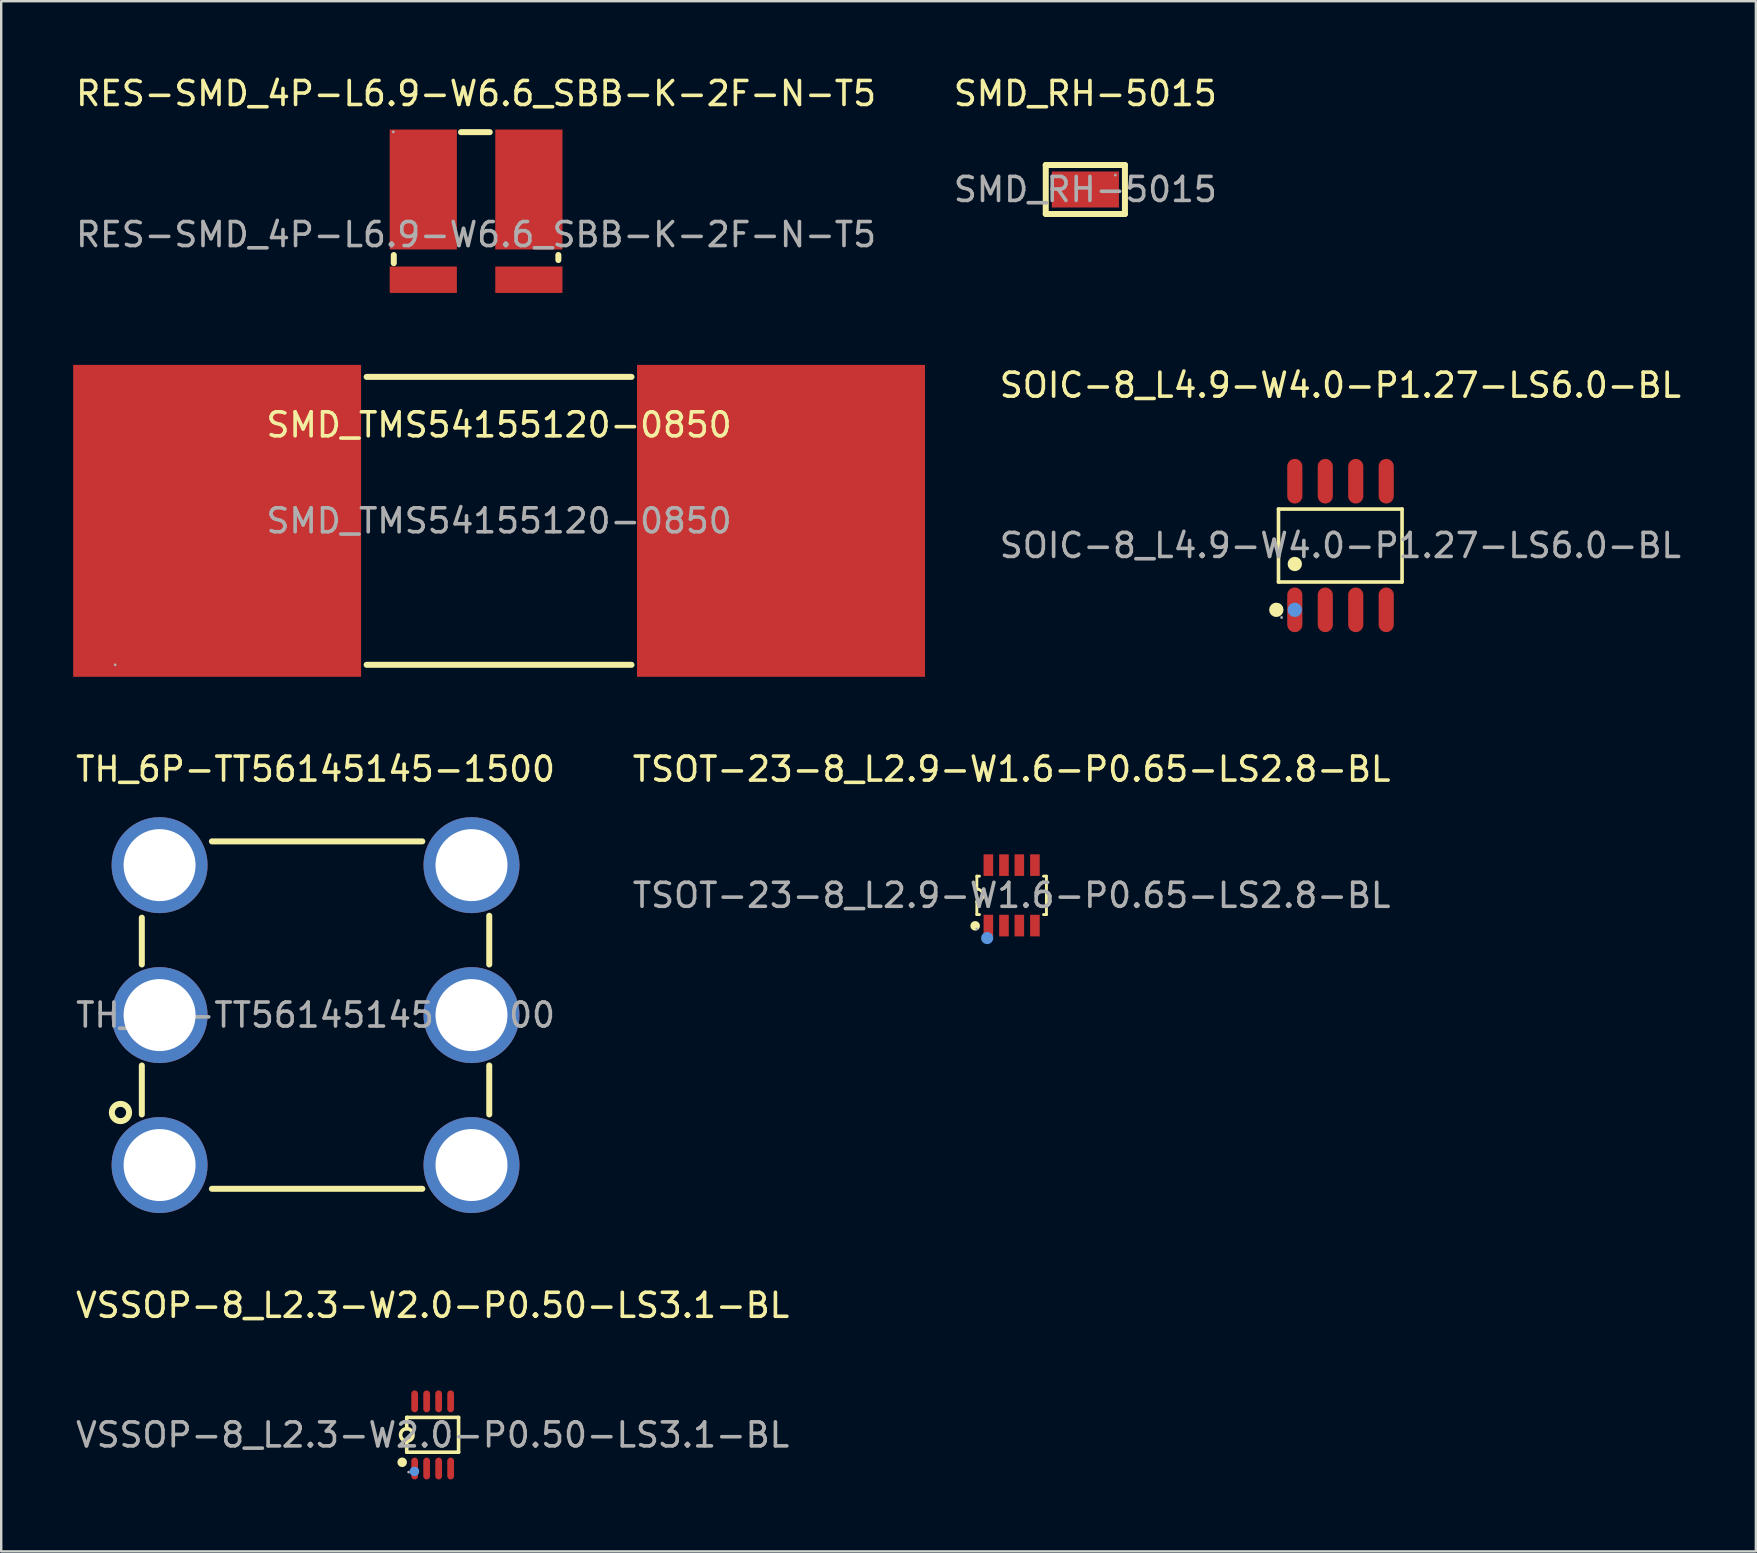
<source format=kicad_pcb>
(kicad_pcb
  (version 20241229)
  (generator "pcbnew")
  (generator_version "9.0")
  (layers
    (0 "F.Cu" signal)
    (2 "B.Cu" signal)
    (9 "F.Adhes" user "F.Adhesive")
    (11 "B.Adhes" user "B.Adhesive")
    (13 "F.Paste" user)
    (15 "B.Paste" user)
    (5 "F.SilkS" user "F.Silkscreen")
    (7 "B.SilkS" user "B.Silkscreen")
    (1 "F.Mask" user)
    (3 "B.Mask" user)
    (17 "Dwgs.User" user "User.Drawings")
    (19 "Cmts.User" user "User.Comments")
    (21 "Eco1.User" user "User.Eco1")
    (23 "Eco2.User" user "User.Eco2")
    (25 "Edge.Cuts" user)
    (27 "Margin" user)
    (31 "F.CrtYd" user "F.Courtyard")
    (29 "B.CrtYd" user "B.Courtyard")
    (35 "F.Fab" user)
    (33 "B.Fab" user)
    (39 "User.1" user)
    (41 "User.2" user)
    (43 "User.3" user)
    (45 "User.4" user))
  (footprint "RES-SMD_4P-L6.9-W6.6_SBB-K-2F-N-T5"
    (layer "F.Cu")
    (at 16.792 6.728)
    (property "Reference" "RES-SMD_4P-L6.9-W6.6_SBB-K-2F-N-T5" (at 0 -5.88 0) (layer "F.SilkS") (effects (font (size 1 1) (thickness 0.15))))
    (attr smd)
    (fp_line (start -3.43 0.85) (end -3.43 1.19) (stroke (width 0.25) (type solid)) (layer "F.SilkS"))
    (fp_line (start -0.63 -4.27) (end 0.57 -4.27) (stroke (width 0.25) (type solid)) (layer "F.SilkS"))
    (fp_line (start 3.43 0.85) (end 3.43 1.06) (stroke (width 0.25) (type solid)) (layer "F.SilkS"))
    (fp_circle (center -3.45 -4.28) (end -3.42 -4.28) (stroke (width 0.06) (type solid)) (fill no) (layer "F.Fab"))
    (fp_text user "${REFERENCE}" (at 0 0 0) (layer "F.Fab") (effects (font (size 1 1) (thickness 0.15))))
    (pad "1" smd rect (at -2.2 -1.88) (size 2.8 5) (layers "F.Cu" "F.Mask" "F.Paste"))
    (pad "2" smd rect (at 2.2 -1.88) (size 2.8 5) (layers "F.Cu" "F.Mask" "F.Paste"))
    (pad "3" smd rect (at 2.2 1.88) (size 2.8 1.1) (layers "F.Cu" "F.Mask" "F.Paste"))
    (pad "4" smd rect (at -2.2 1.88) (size 2.8 1.1) (layers "F.Cu" "F.Mask" "F.Paste")))
  (footprint "TSOT-23-8_L2.9-W1.6-P0.65-LS2.8-BL"
    (layer "F.Cu")
    (at 39.113 34.267)
    (property "Reference" "TSOT-23-8_L2.9-W1.6-P0.65-LS2.8-BL" (at 0 -5.26 0) (layer "F.SilkS") (effects (font (size 1 1) (thickness 0.15))))
    (attr through_hole)
    (fp_line (start -1.45 -0.8) (end -1.45 -0.25) (stroke (width 0.12) (type solid)) (layer "F.SilkS"))
    (fp_line (start -1.45 -0.8) (end -1.34 -0.8) (stroke (width 0.12) (type solid)) (layer "F.SilkS"))
    (fp_line (start -1.45 0.8) (end -1.45 0.26) (stroke (width 0.12) (type solid)) (layer "F.SilkS"))
    (fp_line (start -1.45 0.8) (end -1.34 0.8) (stroke (width 0.12) (type solid)) (layer "F.SilkS"))
    (fp_line (start 1.33 -0.8) (end 1.45 -0.8) (stroke (width 0.12) (type solid)) (layer "F.SilkS"))
    (fp_line (start 1.33 0.8) (end 1.45 0.8) (stroke (width 0.12) (type solid)) (layer "F.SilkS"))
    (fp_line (start 1.45 0.8) (end 1.45 -0.8) (stroke (width 0.12) (type solid)) (layer "F.SilkS"))
    (fp_arc (start -1.44 -0.26) (mid -1.19 0.01) (end -1.46 0.26) (stroke (width 0.12) (type solid)) (layer "F.SilkS"))
    (fp_circle (center -1.52 1.27) (end -1.42 1.27) (stroke (width 0.2) (type solid)) (fill no) (layer "F.SilkS"))
    (fp_circle (center -1.02 1.78) (end -0.89 1.78) (stroke (width 0.25) (type solid)) (fill no) (layer "Cmts.User"))
    (fp_circle (center -1.45 1.4) (end -1.42 1.4) (stroke (width 0.06) (type solid)) (fill no) (layer "F.Fab"))
    (fp_text user "${REFERENCE}" (at 0 0 0) (layer "F.Fab") (effects (font (size 1 1) (thickness 0.15))))
    (pad "1" smd rect (at -0.97 1.26) (size 0.4 0.9) (layers "F.Cu" "F.Mask" "F.Paste"))
    (pad "2" smd rect (at -0.32 1.26) (size 0.4 0.9) (layers "F.Cu" "F.Mask" "F.Paste"))
    (pad "3" smd rect (at 0.32 1.26) (size 0.4 0.9) (layers "F.Cu" "F.Mask" "F.Paste"))
    (pad "4" smd rect (at 0.97 1.26) (size 0.4 0.9) (layers "F.Cu" "F.Mask" "F.Paste"))
    (pad "5" smd rect (at 0.97 -1.26) (size 0.4 0.9) (layers "F.Cu" "F.Mask" "F.Paste"))
    (pad "6" smd rect (at 0.32 -1.26) (size 0.4 0.9) (layers "F.Cu" "F.Mask" "F.Paste"))
    (pad "7" smd rect (at -0.32 -1.26) (size 0.4 0.9) (layers "F.Cu" "F.Mask" "F.Paste"))
    (pad "8" smd rect (at -0.97 -1.26) (size 0.4 0.9) (layers "F.Cu" "F.Mask" "F.Paste")))
  (footprint "VSSOP-8_L2.3-W2.0-P0.50-LS3.1-BL"
    (layer "F.Cu")
    (at 14.982 56.755)
    (property "Reference" "VSSOP-8_L2.3-W2.0-P0.50-LS3.1-BL" (at 0 -5.4 0) (layer "F.SilkS") (effects (font (size 1 1) (thickness 0.15))))
    (attr smd)
    (fp_line (start -1.08 -0.73) (end 1.08 -0.73) (stroke (width 0.15) (type solid)) (layer "F.SilkS"))
    (fp_line (start -1.08 -0.26) (end -1.08 -0.73) (stroke (width 0.15) (type solid)) (layer "F.SilkS"))
    (fp_line (start -1.08 0.25) (end -1.08 0.72) (stroke (width 0.15) (type solid)) (layer "F.SilkS"))
    (fp_line (start 1.08 -0.73) (end 1.08 0.72) (stroke (width 0.15) (type solid)) (layer "F.SilkS"))
    (fp_line (start 1.08 0.72) (end -1.08 0.72) (stroke (width 0.15) (type solid)) (layer "F.SilkS"))
    (fp_arc (start -1.075462 -0.25996) (mid -1.082269 0.25999) (end -1.08 -0.26) (stroke (width 0.15) (type solid)) (layer "F.SilkS"))
    (fp_circle (center -1.27 1.14) (end -1.17 1.14) (stroke (width 0.2) (type solid)) (fill no) (layer "F.SilkS"))
    (fp_circle (center -0.76 1.52) (end -0.66 1.52) (stroke (width 0.2) (type solid)) (fill no) (layer "Cmts.User"))
    (fp_circle (center -1 1.55) (end -0.97 1.55) (stroke (width 0.06) (type solid)) (fill no) (layer "F.Fab"))
    (fp_text user "${REFERENCE}" (at 0 0 0) (layer "F.Fab") (effects (font (size 1 1) (thickness 0.15))))
    (pad "1" smd oval (at -0.75 1.4) (size 0.28 0.91) (layers "F.Cu" "F.Mask" "F.Paste"))
    (pad "2" smd oval (at -0.25 1.4) (size 0.28 0.91) (layers "F.Cu" "F.Mask" "F.Paste"))
    (pad "3" smd oval (at 0.25 1.4) (size 0.28 0.91) (layers "F.Cu" "F.Mask" "F.Paste"))
    (pad "4" smd oval (at 0.75 1.4) (size 0.28 0.91) (layers "F.Cu" "F.Mask" "F.Paste"))
    (pad "5" smd oval (at 0.75 -1.4) (size 0.28 0.91) (layers "F.Cu" "F.Mask" "F.Paste"))
    (pad "6" smd oval (at 0.25 -1.4) (size 0.28 0.91) (layers "F.Cu" "F.Mask" "F.Paste"))
    (pad "7" smd oval (at -0.25 -1.4) (size 0.28 0.91) (layers "F.Cu" "F.Mask" "F.Paste"))
    (pad "8" smd oval (at -0.75 -1.4) (size 0.28 0.91) (layers "F.Cu" "F.Mask" "F.Paste")))
  (footprint "TH_6P-TT56145145-1500"
    (layer "F.Cu")
    (at 10.101 39.257)
    (property "Reference" "TH_6P-TT56145145-1500" (at 0 -10.25 0) (layer "F.SilkS") (effects (font (size 1 1) (thickness 0.15))))
    (attr smd)
    (fp_line (start -7.24 -2.11) (end -7.24 -4.06) (stroke (width 0.25) (type solid)) (layer "F.SilkS"))
    (fp_line (start -7.24 4.14) (end -7.24 2.1) (stroke (width 0.25) (type solid)) (layer "F.SilkS"))
    (fp_line (start -4.32 -7.24) (end 4.45 -7.24) (stroke (width 0.25) (type solid)) (layer "F.SilkS"))
    (fp_line (start -4.32 7.24) (end 4.45 7.24) (stroke (width 0.25) (type solid)) (layer "F.SilkS"))
    (fp_line (start 7.24 -2.11) (end 7.24 -4.14) (stroke (width 0.25) (type solid)) (layer "F.SilkS"))
    (fp_line (start 7.24 4.14) (end 7.24 2.1) (stroke (width 0.25) (type solid)) (layer "F.SilkS"))
    (fp_circle (center -8.13 4.06) (end -7.77 4.06) (stroke (width 0.25) (type solid)) (fill no) (layer "F.SilkS"))
    (fp_circle (center -7.25 7.25) (end -7.22 7.25) (stroke (width 0.06) (type solid)) (fill no) (layer "F.Fab"))
    (fp_text user "${REFERENCE}" (at 0 0 0) (layer "F.Fab") (effects (font (size 1 1) (thickness 0.15))))
    (pad "1" thru_hole circle (at -6.5 6.25 90) (size 4 4) (drill 3) (layers "*.Cu" "*.Mask"))
    (pad "2" thru_hole circle (at -6.5 0 90) (size 4 4) (drill 3) (layers "*.Cu" "*.Mask"))
    (pad "3" thru_hole circle (at -6.5 -6.25 90) (size 4 4) (drill 3) (layers "*.Cu" "*.Mask"))
    (pad "4" thru_hole circle (at 6.5 -6.25 90) (size 4 4) (drill 3) (layers "*.Cu" "*.Mask"))
    (pad "5" thru_hole circle (at 6.5 0 90) (size 4 4) (drill 3) (layers "*.Cu" "*.Mask"))
    (pad "6" thru_hole circle (at 6.5 6.25 90) (size 4 4) (drill 3) (layers "*.Cu" "*.Mask")))
  (footprint "SMD_TMS54155120-0850"
    (layer "F.Cu")
    (at 17.75 18.658)
    (property "Reference" "SMD_TMS54155120-0850" (at 0 -4 0) (layer "F.SilkS") (effects (font (size 1 1) (thickness 0.15))))
    (attr through_hole)
    (fp_line (start -5.52 -6) (end 5.52 -6) (stroke (width 0.25) (type solid)) (layer "F.SilkS"))
    (fp_line (start 5.52 6) (end -5.52 6) (stroke (width 0.25) (type solid)) (layer "F.SilkS"))
    (fp_circle (center -16 6) (end -15.97 6) (stroke (width 0.06) (type solid)) (fill no) (layer "F.Fab"))
    (fp_text user "${REFERENCE}" (at 0 0 0) (layer "F.Fab") (effects (font (size 1 1) (thickness 0.15))))
    (pad "1" smd rect (at -11.75 0) (size 12 13) (layers "F.Cu" "F.Mask" "F.Paste"))
    (pad "2" smd rect (at 11.75 0 180) (size 12 13) (layers "F.Cu" "F.Mask" "F.Paste")))
  (footprint "SOIC-8_L4.9-W4.0-P1.27-LS6.0-BL"
    (layer "F.Cu")
    (at 52.815 19.686)
    (property "Reference" "SOIC-8_L4.9-W4.0-P1.27-LS6.0-BL" (at 0 -6.68 0) (layer "F.SilkS") (effects (font (size 1 1) (thickness 0.15))))
    (attr smd)
    (fp_line (start -2.58 -1.52) (end 2.57 -1.52) (stroke (width 0.15) (type solid)) (layer "F.SilkS"))
    (fp_line (start -2.58 1.52) (end -2.58 -1.52) (stroke (width 0.15) (type solid)) (layer "F.SilkS"))
    (fp_line (start 2.57 -1.52) (end 2.57 1.52) (stroke (width 0.15) (type solid)) (layer "F.SilkS"))
    (fp_line (start 2.57 1.52) (end -2.58 1.52) (stroke (width 0.15) (type solid)) (layer "F.SilkS"))
    (fp_circle (center -2.67 2.68) (end -2.52 2.68) (stroke (width 0.3) (type solid)) (fill no) (layer "F.SilkS"))
    (fp_circle (center -1.9 0.77) (end -1.75 0.77) (stroke (width 0.3) (type solid)) (fill no) (layer "F.SilkS"))
    (fp_circle (center -1.9 2.68) (end -1.75 2.68) (stroke (width 0.3) (type solid)) (fill no) (layer "Cmts.User"))
    (fp_circle (center -2.45 3) (end -2.42 3) (stroke (width 0.06) (type solid)) (fill no) (layer "F.Fab"))
    (fp_text user "${REFERENCE}" (at 0 0 0) (layer "F.Fab") (effects (font (size 1 1) (thickness 0.15))))
    (pad "1" smd oval (at -1.9 2.68) (size 0.63 1.86) (layers "F.Cu" "F.Mask" "F.Paste"))
    (pad "2" smd oval (at -0.63 2.68) (size 0.63 1.86) (layers "F.Cu" "F.Mask" "F.Paste"))
    (pad "3" smd oval (at 0.64 2.68) (size 0.63 1.86) (layers "F.Cu" "F.Mask" "F.Paste"))
    (pad "4" smd oval (at 1.91 2.68) (size 0.63 1.86) (layers "F.Cu" "F.Mask" "F.Paste"))
    (pad "5" smd oval (at 1.91 -2.68) (size 0.63 1.86) (layers "F.Cu" "F.Mask" "F.Paste"))
    (pad "6" smd oval (at 0.64 -2.68) (size 0.63 1.86) (layers "F.Cu" "F.Mask" "F.Paste"))
    (pad "7" smd oval (at -0.63 -2.68) (size 0.63 1.86) (layers "F.Cu" "F.Mask" "F.Paste"))
    (pad "8" smd oval (at -1.9 -2.68) (size 0.63 1.86) (layers "F.Cu" "F.Mask" "F.Paste")))
  (footprint "SMD_RH-5015"
    (layer "F.Cu")
    (at 42.185 4.848)
    (property "Reference" "SMD_RH-5015" (at 0 -4 0) (layer "F.SilkS") (effects (font (size 1 1) (thickness 0.15))))
    (attr smd)
    (fp_line (start -1.65 -1.02) (end 1.65 -1.02) (stroke (width 0.25) (type solid)) (layer "F.SilkS"))
    (fp_line (start -1.65 1.02) (end -1.65 -1.02) (stroke (width 0.25) (type solid)) (layer "F.SilkS"))
    (fp_line (start 1.65 -1.02) (end 1.65 1.02) (stroke (width 0.25) (type solid)) (layer "F.SilkS"))
    (fp_line (start 1.65 1.02) (end -1.65 1.02) (stroke (width 0.25) (type solid)) (layer "F.SilkS"))
    (fp_circle (center 1.25 -0.6) (end 1.28 -0.6) (stroke (width 0.06) (type solid)) (fill no) (layer "F.Fab"))
    (fp_text user "${REFERENCE}" (at 0 0 0) (layer "F.Fab") (effects (font (size 1 1) (thickness 0.15))))
    (pad "1" smd rect (at 0 0) (size 2.8 1.5) (layers "F.Cu" "F.Mask" "F.Paste")))
  (gr_rect
    (start -3 -3)
    (end 70.131 61.61)
    (stroke (width 0.1) (type default))
    (fill no)
    (layer "Edge.Cuts")))
</source>
